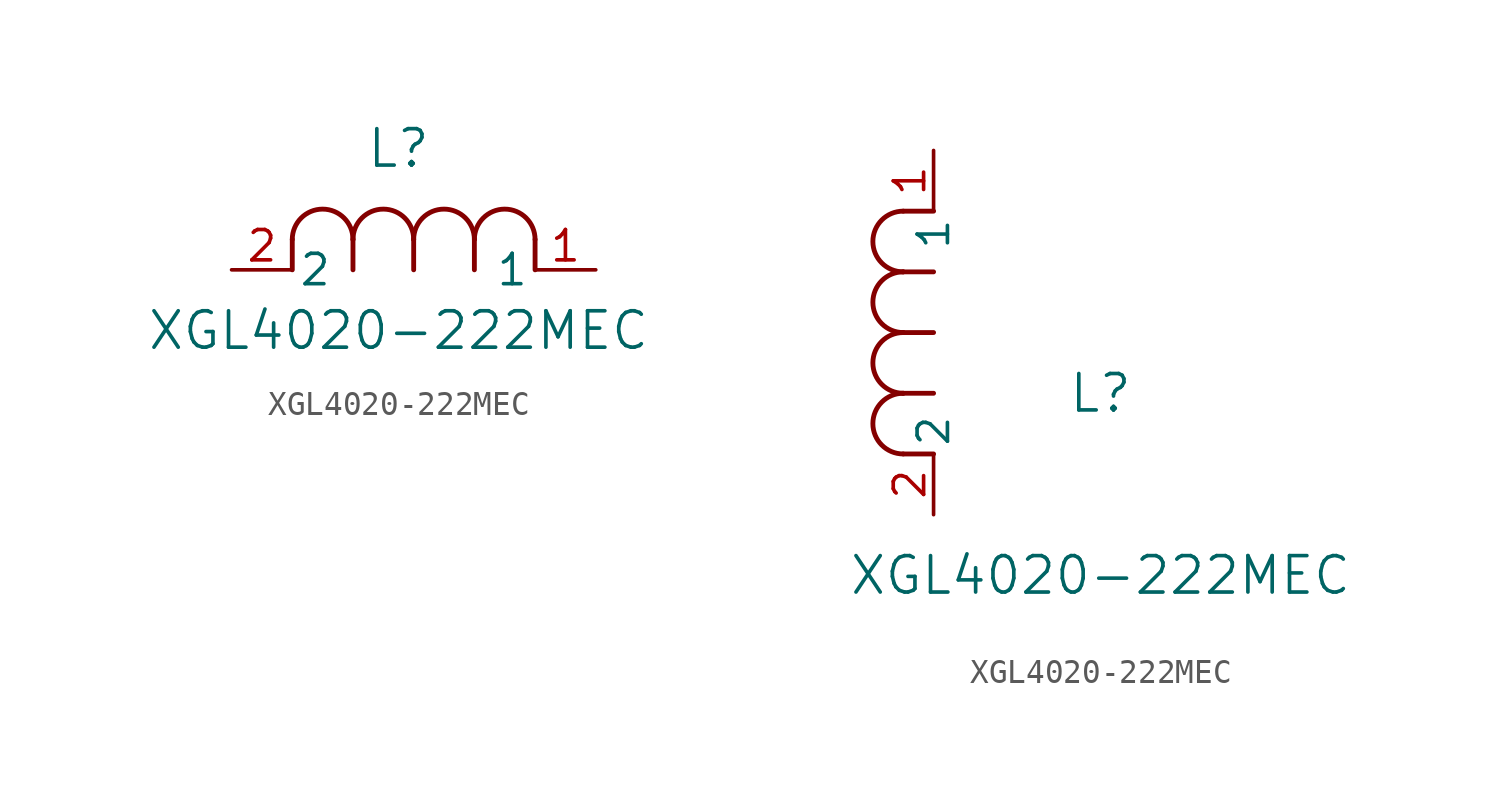
<source format=kicad_sym>
(kicad_symbol_lib
  (version 20211014)
  (generator kicad_symbol_editor)
  (symbol "XGL4020-222MEC"
    (pin_names
      (offset 0.254))
    (property "Reference" "L"
      (at 6.985 5.08 0)
      (effects (font (size 1.524 1.524))))
    (property "Value" "XGL4020-222MEC"
      (at 6.985 -2.54 0)
      (effects (font (size 1.524 1.524))))
    (symbol "XGL4020-222MEC_1_1"
      (arc (start 7.62 1.27) (mid 6.35 2.54) (end 5.08 1.27) (stroke (width 0.2032) (type default) (color 0 0 0 0)) (fill (type none)))
      (polyline (pts (xy 5.08 0) (xy 5.08 1.27)) (stroke (width 0.203) (type default) (color 0 0 0 0)) (fill (type none)))
      (polyline (pts (xy 7.62 0) (xy 7.62 1.27)) (stroke (width 0.203) (type default) (color 0 0 0 0)) (fill (type none)))
      (polyline (pts (xy 12.7 0) (xy 12.7 1.27)) (stroke (width 0.203) (type default) (color 0 0 0 0)) (fill (type none)))
      (arc (start 5.08 1.27) (mid 3.81 2.54) (end 2.54 1.27) (stroke (width 0.2032) (type default) (color 0 0 0 0)) (fill (type none)))
      (arc (start 10.16 1.27) (mid 8.89 2.54) (end 7.62 1.27) (stroke (width 0.2032) (type default) (color 0 0 0 0)) (fill (type none)))
      (arc (start 12.7 1.27) (mid 11.43 2.54) (end 10.16 1.27) (stroke (width 0.2032) (type default) (color 0 0 0 0)) (fill (type none)))
      (polyline (pts (xy 2.54 0) (xy 2.54 1.27)) (stroke (width 0.203) (type default) (color 0 0 0 0)) (fill (type none)))
      (polyline (pts (xy 10.16 0) (xy 10.16 1.27)) (stroke (width 0.203) (type default) (color 0 0 0 0)) (fill (type none)))
      (pin unspecified line (at 0 0 0) (length 2.54) (name "2" (effects (font (size 1.27 1.27)))) (number "2" (effects (font (size 1.27 1.27)))))
      (pin unspecified line (at 15.24 0 180) (length 2.54) (name "1" (effects (font (size 1.27 1.27)))) (number "1" (effects (font (size 1.27 1.27))))))
    (symbol "XGL4020-222MEC_1_2"
      (arc (start -1.27 7.62) (mid -2.54 6.35) (end -1.27 5.08) (stroke (width 0.2032) (type default) (color 0 0 0 0)) (fill (type none)))
      (arc (start -1.27 5.08) (mid -2.54 3.81) (end -1.27 2.54) (stroke (width 0.2032) (type default) (color 0 0 0 0)) (fill (type none)))
      (arc (start -1.27 12.7) (mid -2.54 11.43) (end -1.27 10.16) (stroke (width 0.2032) (type default) (color 0 0 0 0)) (fill (type none)))
      (arc (start -1.27 10.16) (mid -2.54 8.89) (end -1.27 7.62) (stroke (width 0.2032) (type default) (color 0 0 0 0)) (fill (type none)))
      (polyline (pts (xy 0 7.62) (xy -1.27 7.62)) (stroke (width 0.203) (type default) (color 0 0 0 0)) (fill (type none)))
      (polyline (pts (xy 0 5.08) (xy -1.27 5.08)) (stroke (width 0.203) (type default) (color 0 0 0 0)) (fill (type none)))
      (polyline (pts (xy 0 12.7) (xy -1.27 12.7)) (stroke (width 0.203) (type default) (color 0 0 0 0)) (fill (type none)))
      (polyline (pts (xy 0 2.54) (xy -1.27 2.54)) (stroke (width 0.203) (type default) (color 0 0 0 0)) (fill (type none)))
      (polyline (pts (xy 0 10.16) (xy -1.27 10.16)) (stroke (width 0.203) (type default) (color 0 0 0 0)) (fill (type none)))
      (pin unspecified line (at 0 0 90) (length 2.54) (name "2" (effects (font (size 1.27 1.27)))) (number "2" (effects (font (size 1.27 1.27)))))
      (pin unspecified line (at 0 15.24 270) (length 2.54) (name "1" (effects (font (size 1.27 1.27)))) (number "1" (effects (font (size 1.27 1.27))))))))
</source>
